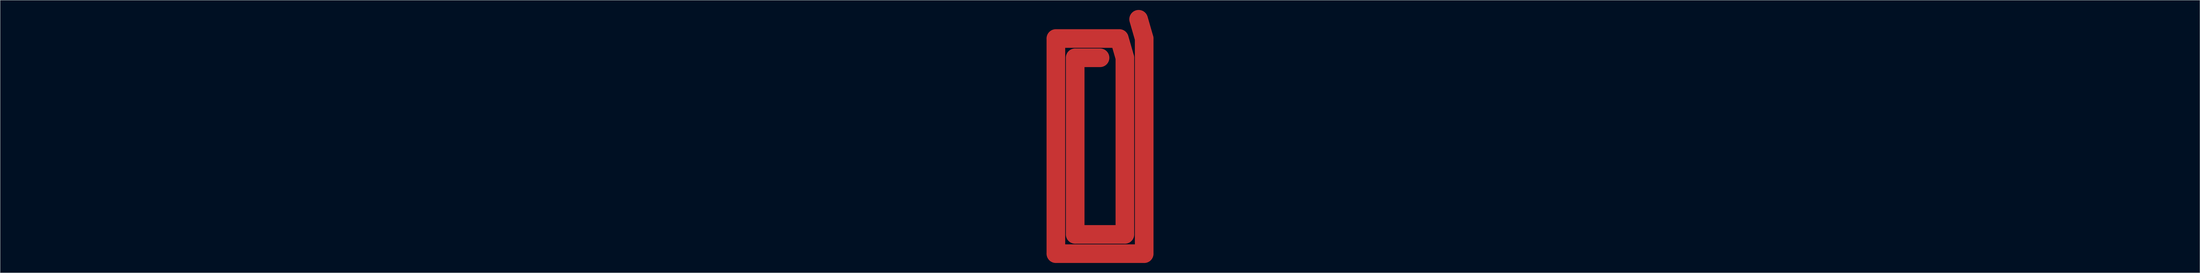
<source format=kicad_pcb>
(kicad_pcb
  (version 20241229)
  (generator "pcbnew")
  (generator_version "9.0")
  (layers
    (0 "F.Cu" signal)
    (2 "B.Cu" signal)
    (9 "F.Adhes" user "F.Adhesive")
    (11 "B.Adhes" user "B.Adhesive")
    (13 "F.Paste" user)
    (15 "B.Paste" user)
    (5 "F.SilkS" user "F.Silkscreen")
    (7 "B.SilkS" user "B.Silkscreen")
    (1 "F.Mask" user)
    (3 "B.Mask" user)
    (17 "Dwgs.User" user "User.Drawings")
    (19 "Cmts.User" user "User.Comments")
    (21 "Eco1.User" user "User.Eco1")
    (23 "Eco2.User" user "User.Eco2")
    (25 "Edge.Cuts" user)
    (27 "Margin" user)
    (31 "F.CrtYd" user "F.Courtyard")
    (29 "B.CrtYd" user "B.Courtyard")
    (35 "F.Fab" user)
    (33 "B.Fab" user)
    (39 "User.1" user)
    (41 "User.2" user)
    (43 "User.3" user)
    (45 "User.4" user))
  (footprint "2_turn_quadrilateral_planar_transformer_winding"
    (layer "F.Cu")
    (at 333.307 22.25)
    (property "Reference" "2_turn_quadrilateral_planar_transformer_winding" (at 0 -2147.484 0) (layer "F.SilkS") (effects (font (size 250 250) (thickness 120))))
    (attr through_hole)
    (fp_line (start -13.5 -13.5) (end -13.5 52.4) (stroke (width 5.7) (type solid)) (layer "F.Cu"))
    (fp_line (start -13.5 52.4) (end 13.5 52.4) (stroke (width 5.7) (type solid)) (layer "F.Cu"))
    (fp_line (start -7.6 -7.6) (end -7.6 46.5) (stroke (width 5.7) (type solid)) (layer "F.Cu"))
    (fp_line (start -7.6 46.5) (end 7.6 46.5) (stroke (width 5.7) (type solid)) (layer "F.Cu"))
    (fp_line (start 0 -7.6) (end -7.6 -7.6) (stroke (width 5.7) (type solid)) (layer "F.Cu"))
    (fp_line (start 5.9 -13.5) (end -13.5 -13.5) (stroke (width 5.7) (type solid)) (layer "F.Cu"))
    (fp_line (start 7.6 -7.6) (end 5.9 -13.5) (stroke (width 5.7) (type solid)) (layer "F.Cu"))
    (fp_line (start 7.6 -7.6) (end 7.6 -7.6) (stroke (width 5.7) (type solid)) (layer "F.Cu"))
    (fp_line (start 7.6 46.5) (end 7.6 -7.6) (stroke (width 5.7) (type solid)) (layer "F.Cu"))
    (fp_line (start 13.5 -13.5) (end 11.8 -19.4) (stroke (width 5.7) (type solid)) (layer "F.Cu"))
    (fp_line (start 13.5 -13.5) (end 13.5 -13.5) (stroke (width 5.7) (type solid)) (layer "F.Cu"))
    (fp_line (start 13.5 52.4) (end 13.5 -13.5) (stroke (width 5.7) (type solid)) (layer "F.Cu")))
  (gr_rect
    (start -3 -3)
    (end 669.613 80.5)
    (stroke (width 0.1) (type default))
    (fill no)
    (layer "Edge.Cuts")))
</source>
